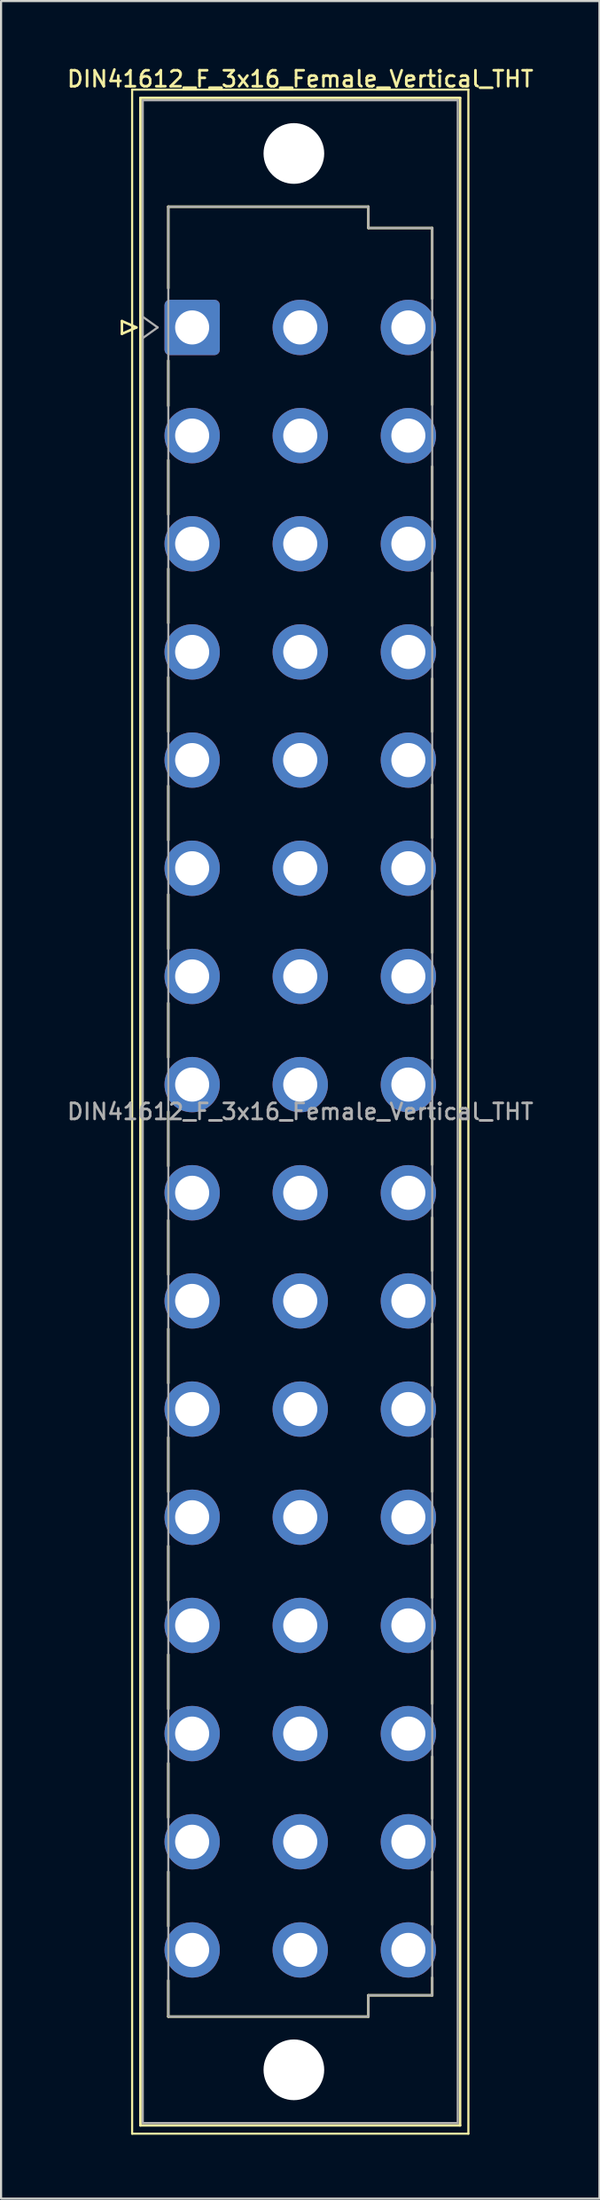
<source format=kicad_pcb>
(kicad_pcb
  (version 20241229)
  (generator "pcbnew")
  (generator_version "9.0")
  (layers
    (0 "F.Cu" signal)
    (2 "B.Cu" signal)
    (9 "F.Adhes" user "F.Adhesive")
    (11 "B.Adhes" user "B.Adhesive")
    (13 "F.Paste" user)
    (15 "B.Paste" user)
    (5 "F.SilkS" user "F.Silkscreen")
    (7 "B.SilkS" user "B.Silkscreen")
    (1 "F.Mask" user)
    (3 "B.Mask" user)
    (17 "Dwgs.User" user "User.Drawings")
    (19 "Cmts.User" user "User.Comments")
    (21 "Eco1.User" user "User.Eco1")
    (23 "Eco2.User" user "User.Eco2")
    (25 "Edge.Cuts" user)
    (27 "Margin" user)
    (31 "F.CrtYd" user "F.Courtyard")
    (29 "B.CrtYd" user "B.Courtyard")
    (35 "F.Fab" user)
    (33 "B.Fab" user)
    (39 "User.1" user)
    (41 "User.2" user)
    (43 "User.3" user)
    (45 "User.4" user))
  (footprint "DIN41612_F_3x16_Female_Vertical_THT"
    (layer "F.Cu")
    (at 8.519 9.788)
    (property "Reference" "DIN41612_F_3x16_Female_Vertical_THT" (at 2.54 -9.13 0) (layer "F.SilkS") (effects (font (size 0.75 0.75) (thickness 0.125))))
    (attr through_hole)
    (fp_line (start -5.84 2.24) (end -5.84 2.84) (stroke (width 0.12) (type solid)) (layer "F.SilkS"))
    (fp_line (start -5.84 2.84) (end -5.16 2.54) (stroke (width 0.12) (type solid)) (layer "F.SilkS"))
    (fp_line (start -5.36 -8.63) (end 10.44 -8.63) (stroke (width 0.1) (type solid)) (layer "F.SilkS"))
    (fp_line (start -5.36 87.37) (end -5.36 -8.63) (stroke (width 0.1) (type solid)) (layer "F.SilkS"))
    (fp_line (start -5.16 2.54) (end -5.84 2.24) (stroke (width 0.12) (type solid)) (layer "F.SilkS"))
    (fp_line (start -4.97 -8.24) (end 10.05 -8.24) (stroke (width 0.12) (type solid)) (layer "F.SilkS"))
    (fp_line (start -4.97 86.98) (end -4.97 -8.24) (stroke (width 0.12) (type solid)) (layer "F.SilkS"))
    (fp_line (start -3.66 -3.131) (end 5.74 -3.131) (stroke (width 0.12) (type solid)) (layer "F.SilkS"))
    (fp_line (start -3.66 0.696) (end -3.66 -3.131) (stroke (width 0.12) (type solid)) (layer "F.SilkS"))
    (fp_line (start -3.66 6.221) (end -3.66 4.096) (stroke (width 0.12) (type solid)) (layer "F.SilkS"))
    (fp_line (start -3.66 11.321) (end -3.66 8.771) (stroke (width 0.12) (type solid)) (layer "F.SilkS"))
    (fp_line (start -3.66 16.421) (end -3.66 13.871) (stroke (width 0.12) (type solid)) (layer "F.SilkS"))
    (fp_line (start -3.66 21.521) (end -3.66 18.971) (stroke (width 0.12) (type solid)) (layer "F.SilkS"))
    (fp_line (start -3.66 26.621) (end -3.66 24.071) (stroke (width 0.12) (type solid)) (layer "F.SilkS"))
    (fp_line (start -3.66 31.721) (end -3.66 29.171) (stroke (width 0.12) (type solid)) (layer "F.SilkS"))
    (fp_line (start -3.66 36.821) (end -3.66 34.271) (stroke (width 0.12) (type solid)) (layer "F.SilkS"))
    (fp_line (start -3.66 41.921) (end -3.66 39.371) (stroke (width 0.12) (type solid)) (layer "F.SilkS"))
    (fp_line (start -3.66 47.021) (end -3.66 44.471) (stroke (width 0.12) (type solid)) (layer "F.SilkS"))
    (fp_line (start -3.66 52.121) (end -3.66 49.571) (stroke (width 0.12) (type solid)) (layer "F.SilkS"))
    (fp_line (start -3.66 57.221) (end -3.66 54.671) (stroke (width 0.12) (type solid)) (layer "F.SilkS"))
    (fp_line (start -3.66 62.321) (end -3.66 59.771) (stroke (width 0.12) (type solid)) (layer "F.SilkS"))
    (fp_line (start -3.66 67.421) (end -3.66 64.871) (stroke (width 0.12) (type solid)) (layer "F.SilkS"))
    (fp_line (start -3.66 72.521) (end -3.66 69.971) (stroke (width 0.12) (type solid)) (layer "F.SilkS"))
    (fp_line (start -3.66 77.621) (end -3.66 75.071) (stroke (width 0.12) (type solid)) (layer "F.SilkS"))
    (fp_line (start -3.66 81.87) (end -3.66 80.171) (stroke (width 0.12) (type solid)) (layer "F.SilkS"))
    (fp_line (start 5.74 -3.131) (end 5.74 -2.131) (stroke (width 0.12) (type solid)) (layer "F.SilkS"))
    (fp_line (start 5.74 -2.131) (end 8.74 -2.131) (stroke (width 0.12) (type solid)) (layer "F.SilkS"))
    (fp_line (start 5.74 80.87) (end 5.74 81.87) (stroke (width 0.12) (type solid)) (layer "F.SilkS"))
    (fp_line (start 5.74 81.87) (end -3.66 81.87) (stroke (width 0.12) (type solid)) (layer "F.SilkS"))
    (fp_line (start 8.74 -2.131) (end 8.74 1.19) (stroke (width 0.12) (type solid)) (layer "F.SilkS"))
    (fp_line (start 8.74 3.68) (end 8.74 6.17) (stroke (width 0.12) (type solid)) (layer "F.SilkS"))
    (fp_line (start 8.74 9.075) (end 8.74 11.565) (stroke (width 0.12) (type solid)) (layer "F.SilkS"))
    (fp_line (start 8.74 14.055) (end 8.74 16.545) (stroke (width 0.12) (type solid)) (layer "F.SilkS"))
    (fp_line (start 8.74 19.035) (end 8.74 21.525) (stroke (width 0.12) (type solid)) (layer "F.SilkS"))
    (fp_line (start 8.74 24.015) (end 8.74 26.505) (stroke (width 0.12) (type solid)) (layer "F.SilkS"))
    (fp_line (start 8.74 28.995) (end 8.74 31.9) (stroke (width 0.12) (type solid)) (layer "F.SilkS"))
    (fp_line (start 8.74 34.39) (end 8.74 36.88) (stroke (width 0.12) (type solid)) (layer "F.SilkS"))
    (fp_line (start 8.74 39.37) (end 8.74 41.86) (stroke (width 0.12) (type solid)) (layer "F.SilkS"))
    (fp_line (start 8.74 44.35) (end 8.74 46.84) (stroke (width 0.12) (type solid)) (layer "F.SilkS"))
    (fp_line (start 8.74 49.33) (end 8.74 52.235) (stroke (width 0.12) (type solid)) (layer "F.SilkS"))
    (fp_line (start 8.74 54.725) (end 8.74 57.215) (stroke (width 0.12) (type solid)) (layer "F.SilkS"))
    (fp_line (start 8.74 59.705) (end 8.74 62.195) (stroke (width 0.12) (type solid)) (layer "F.SilkS"))
    (fp_line (start 8.74 64.685) (end 8.74 67.175) (stroke (width 0.12) (type solid)) (layer "F.SilkS"))
    (fp_line (start 8.74 69.665) (end 8.74 72.57) (stroke (width 0.12) (type solid)) (layer "F.SilkS"))
    (fp_line (start 8.74 75.061) (end 8.74 77.551) (stroke (width 0.12) (type solid)) (layer "F.SilkS"))
    (fp_line (start 8.74 80.041) (end 8.74 80.87) (stroke (width 0.12) (type solid)) (layer "F.SilkS"))
    (fp_line (start 8.74 80.87) (end 5.74 80.87) (stroke (width 0.12) (type solid)) (layer "F.SilkS"))
    (fp_line (start 10.05 -8.24) (end 10.05 86.98) (stroke (width 0.12) (type solid)) (layer "F.SilkS"))
    (fp_line (start 10.05 86.98) (end -4.97 86.98) (stroke (width 0.12) (type solid)) (layer "F.SilkS"))
    (fp_line (start 10.44 -8.63) (end 10.44 87.37) (stroke (width 0.1) (type solid)) (layer "F.SilkS"))
    (fp_line (start 10.44 87.37) (end -5.36 87.37) (stroke (width 0.1) (type solid)) (layer "F.SilkS"))
    (fp_line (start -4.86 -8.13) (end 9.94 -8.13) (stroke (width 0.1) (type solid)) (layer "F.Fab"))
    (fp_line (start -4.86 2.04) (end -4.16 2.54) (stroke (width 0.1) (type solid)) (layer "F.Fab"))
    (fp_line (start -4.86 86.87) (end -4.86 -8.13) (stroke (width 0.1) (type solid)) (layer "F.Fab"))
    (fp_line (start -4.16 2.54) (end -4.86 3.04) (stroke (width 0.1) (type solid)) (layer "F.Fab"))
    (fp_line (start -3.66 -3.13) (end 5.74 -3.13) (stroke (width 0.1) (type solid)) (layer "F.Fab"))
    (fp_line (start -3.66 81.87) (end -3.66 -3.13) (stroke (width 0.1) (type solid)) (layer "F.Fab"))
    (fp_line (start 5.74 -3.13) (end 5.74 -2.13) (stroke (width 0.1) (type solid)) (layer "F.Fab"))
    (fp_line (start 5.74 -2.13) (end 8.74 -2.13) (stroke (width 0.1) (type solid)) (layer "F.Fab"))
    (fp_line (start 5.74 80.87) (end 5.74 81.87) (stroke (width 0.1) (type solid)) (layer "F.Fab"))
    (fp_line (start 5.74 81.87) (end -3.66 81.87) (stroke (width 0.1) (type solid)) (layer "F.Fab"))
    (fp_line (start 8.74 -2.13) (end 8.74 80.87) (stroke (width 0.1) (type solid)) (layer "F.Fab"))
    (fp_line (start 8.74 80.87) (end 5.74 80.87) (stroke (width 0.1) (type solid)) (layer "F.Fab"))
    (fp_line (start 9.94 -8.13) (end 9.94 86.87) (stroke (width 0.1) (type solid)) (layer "F.Fab"))
    (fp_line (start 9.94 86.87) (end -4.86 86.87) (stroke (width 0.1) (type solid)) (layer "F.Fab"))
    (fp_text user "${REFERENCE}" (at 2.54 39.37 0) (layer "F.Fab") (effects (font (size 0.75 0.75) (thickness 0.125))))
    (pad "" np_thru_hole circle (at 2.24 -5.63) (size 2.85 2.85) (drill 2.85) (layers "*.Cu" "*.Mask"))
    (pad "" np_thru_hole circle (at 2.24 84.37) (size 2.85 2.85) (drill 2.85) (layers "*.Cu" "*.Mask"))
    (pad "b2" thru_hole circle (at 2.54 2.54) (size 2.6 2.6) (drill 1.6) (layers "*.Cu" "*.Mask"))
    (pad "b4" thru_hole circle (at 2.54 7.62) (size 2.6 2.6) (drill 1.6) (layers "*.Cu" "*.Mask"))
    (pad "b6" thru_hole circle (at 2.54 12.7) (size 2.6 2.6) (drill 1.6) (layers "*.Cu" "*.Mask"))
    (pad "b8" thru_hole circle (at 2.54 17.78) (size 2.6 2.6) (drill 1.6) (layers "*.Cu" "*.Mask"))
    (pad "b10" thru_hole circle (at 2.54 22.86) (size 2.6 2.6) (drill 1.6) (layers "*.Cu" "*.Mask"))
    (pad "b12" thru_hole circle (at 2.54 27.94) (size 2.6 2.6) (drill 1.6) (layers "*.Cu" "*.Mask"))
    (pad "b14" thru_hole circle (at 2.54 33.02) (size 2.6 2.6) (drill 1.6) (layers "*.Cu" "*.Mask"))
    (pad "b16" thru_hole circle (at 2.54 38.1) (size 2.6 2.6) (drill 1.6) (layers "*.Cu" "*.Mask"))
    (pad "b18" thru_hole circle (at 2.54 43.18) (size 2.6 2.6) (drill 1.6) (layers "*.Cu" "*.Mask"))
    (pad "b20" thru_hole circle (at 2.54 48.26) (size 2.6 2.6) (drill 1.6) (layers "*.Cu" "*.Mask"))
    (pad "b22" thru_hole circle (at 2.54 53.34) (size 2.6 2.6) (drill 1.6) (layers "*.Cu" "*.Mask"))
    (pad "b24" thru_hole circle (at 2.54 58.42) (size 2.6 2.6) (drill 1.6) (layers "*.Cu" "*.Mask"))
    (pad "b26" thru_hole circle (at 2.54 63.5) (size 2.6 2.6) (drill 1.6) (layers "*.Cu" "*.Mask"))
    (pad "b28" thru_hole circle (at 2.54 68.58) (size 2.6 2.6) (drill 1.6) (layers "*.Cu" "*.Mask"))
    (pad "b30" thru_hole circle (at 2.54 73.66) (size 2.6 2.6) (drill 1.6) (layers "*.Cu" "*.Mask"))
    (pad "b32" thru_hole circle (at 2.54 78.74) (size 2.6 2.6) (drill 1.6) (layers "*.Cu" "*.Mask"))
    (pad "d2" thru_hole circle (at 7.62 2.54) (size 2.6 2.6) (drill 1.6) (layers "*.Cu" "*.Mask"))
    (pad "d4" thru_hole circle (at 7.62 7.62) (size 2.6 2.6) (drill 1.6) (layers "*.Cu" "*.Mask"))
    (pad "d6" thru_hole circle (at 7.62 12.7) (size 2.6 2.6) (drill 1.6) (layers "*.Cu" "*.Mask"))
    (pad "d8" thru_hole circle (at 7.62 17.78) (size 2.6 2.6) (drill 1.6) (layers "*.Cu" "*.Mask"))
    (pad "d10" thru_hole circle (at 7.62 22.86) (size 2.6 2.6) (drill 1.6) (layers "*.Cu" "*.Mask"))
    (pad "d12" thru_hole circle (at 7.62 27.94) (size 2.6 2.6) (drill 1.6) (layers "*.Cu" "*.Mask"))
    (pad "d14" thru_hole circle (at 7.62 33.02) (size 2.6 2.6) (drill 1.6) (layers "*.Cu" "*.Mask"))
    (pad "d16" thru_hole circle (at 7.62 38.1) (size 2.6 2.6) (drill 1.6) (layers "*.Cu" "*.Mask"))
    (pad "d18" thru_hole circle (at 7.62 43.18) (size 2.6 2.6) (drill 1.6) (layers "*.Cu" "*.Mask"))
    (pad "d20" thru_hole circle (at 7.62 48.26) (size 2.6 2.6) (drill 1.6) (layers "*.Cu" "*.Mask"))
    (pad "d22" thru_hole circle (at 7.62 53.34) (size 2.6 2.6) (drill 1.6) (layers "*.Cu" "*.Mask"))
    (pad "d24" thru_hole circle (at 7.62 58.42) (size 2.6 2.6) (drill 1.6) (layers "*.Cu" "*.Mask"))
    (pad "d26" thru_hole circle (at 7.62 63.5) (size 2.6 2.6) (drill 1.6) (layers "*.Cu" "*.Mask"))
    (pad "d28" thru_hole circle (at 7.62 68.58) (size 2.6 2.6) (drill 1.6) (layers "*.Cu" "*.Mask"))
    (pad "d30" thru_hole circle (at 7.62 73.66) (size 2.6 2.6) (drill 1.6) (layers "*.Cu" "*.Mask"))
    (pad "d32" thru_hole circle (at 7.62 78.74) (size 2.6 2.6) (drill 1.6) (layers "*.Cu" "*.Mask"))
    (pad "z2" thru_hole roundrect (at -2.54 2.54) (size 2.6 2.6) (drill 1.6) (layers "*.Cu" "*.Mask") (roundrect_rratio 0.096))
    (pad "z4" thru_hole circle (at -2.54 7.62) (size 2.6 2.6) (drill 1.6) (layers "*.Cu" "*.Mask"))
    (pad "z6" thru_hole circle (at -2.54 12.7) (size 2.6 2.6) (drill 1.6) (layers "*.Cu" "*.Mask"))
    (pad "z8" thru_hole circle (at -2.54 17.78) (size 2.6 2.6) (drill 1.6) (layers "*.Cu" "*.Mask"))
    (pad "z10" thru_hole circle (at -2.54 22.86) (size 2.6 2.6) (drill 1.6) (layers "*.Cu" "*.Mask"))
    (pad "z12" thru_hole circle (at -2.54 27.94) (size 2.6 2.6) (drill 1.6) (layers "*.Cu" "*.Mask"))
    (pad "z14" thru_hole circle (at -2.54 33.02) (size 2.6 2.6) (drill 1.6) (layers "*.Cu" "*.Mask"))
    (pad "z16" thru_hole circle (at -2.54 38.1) (size 2.6 2.6) (drill 1.6) (layers "*.Cu" "*.Mask"))
    (pad "z18" thru_hole circle (at -2.54 43.18) (size 2.6 2.6) (drill 1.6) (layers "*.Cu" "*.Mask"))
    (pad "z20" thru_hole circle (at -2.54 48.26) (size 2.6 2.6) (drill 1.6) (layers "*.Cu" "*.Mask"))
    (pad "z22" thru_hole circle (at -2.54 53.34) (size 2.6 2.6) (drill 1.6) (layers "*.Cu" "*.Mask"))
    (pad "z24" thru_hole circle (at -2.54 58.42) (size 2.6 2.6) (drill 1.6) (layers "*.Cu" "*.Mask"))
    (pad "z26" thru_hole circle (at -2.54 63.5) (size 2.6 2.6) (drill 1.6) (layers "*.Cu" "*.Mask"))
    (pad "z28" thru_hole circle (at -2.54 68.58) (size 2.6 2.6) (drill 1.6) (layers "*.Cu" "*.Mask"))
    (pad "z30" thru_hole circle (at -2.54 73.66) (size 2.6 2.6) (drill 1.6) (layers "*.Cu" "*.Mask"))
    (pad "z32" thru_hole circle (at -2.54 78.74) (size 2.6 2.6) (drill 1.6) (layers "*.Cu" "*.Mask")))
  (gr_rect
    (start -3 -3)
    (end 25.118 100.208)
    (stroke (width 0.1) (type default))
    (fill no)
    (layer "Edge.Cuts")))
</source>
